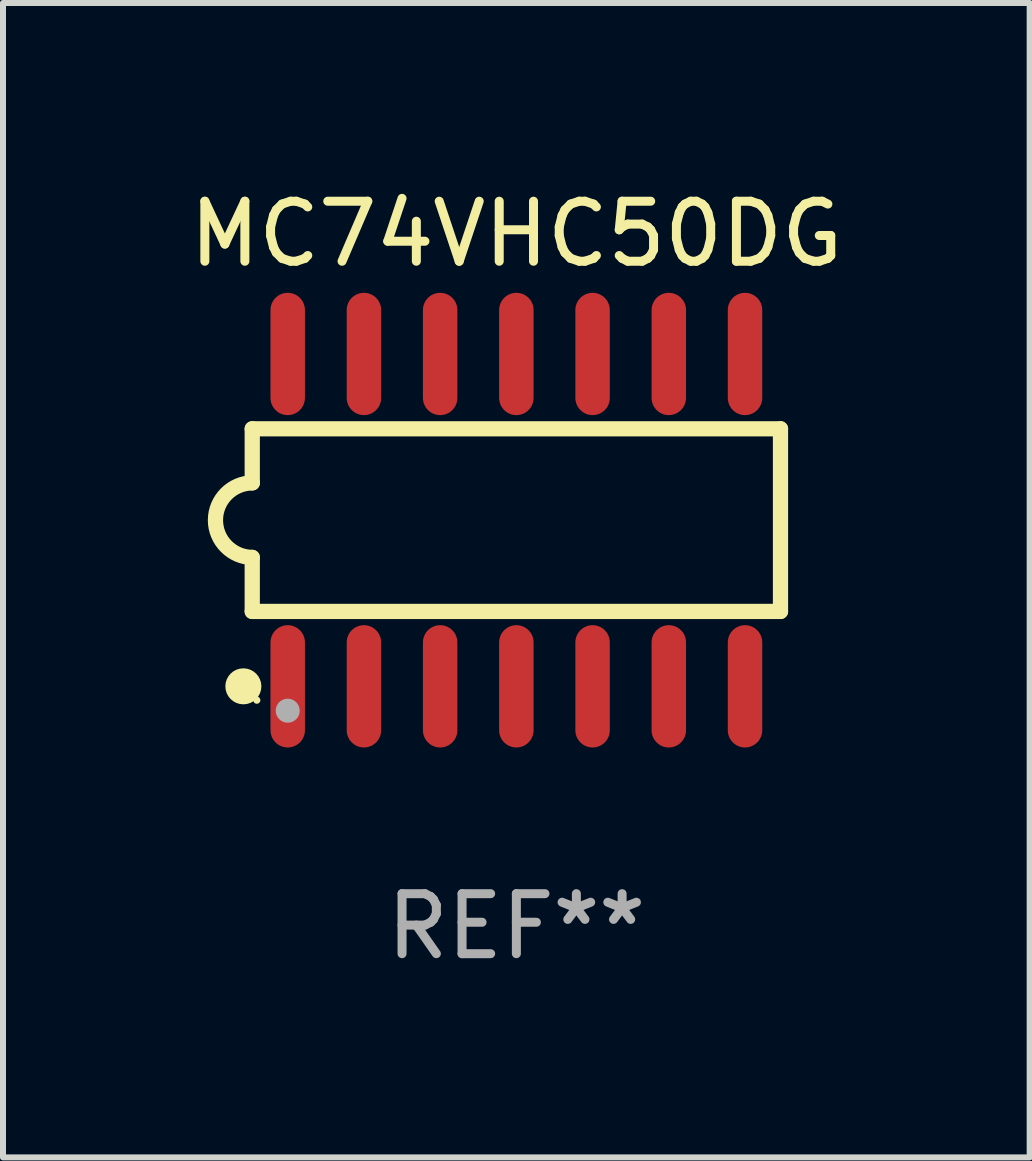
<source format=kicad_pcb>
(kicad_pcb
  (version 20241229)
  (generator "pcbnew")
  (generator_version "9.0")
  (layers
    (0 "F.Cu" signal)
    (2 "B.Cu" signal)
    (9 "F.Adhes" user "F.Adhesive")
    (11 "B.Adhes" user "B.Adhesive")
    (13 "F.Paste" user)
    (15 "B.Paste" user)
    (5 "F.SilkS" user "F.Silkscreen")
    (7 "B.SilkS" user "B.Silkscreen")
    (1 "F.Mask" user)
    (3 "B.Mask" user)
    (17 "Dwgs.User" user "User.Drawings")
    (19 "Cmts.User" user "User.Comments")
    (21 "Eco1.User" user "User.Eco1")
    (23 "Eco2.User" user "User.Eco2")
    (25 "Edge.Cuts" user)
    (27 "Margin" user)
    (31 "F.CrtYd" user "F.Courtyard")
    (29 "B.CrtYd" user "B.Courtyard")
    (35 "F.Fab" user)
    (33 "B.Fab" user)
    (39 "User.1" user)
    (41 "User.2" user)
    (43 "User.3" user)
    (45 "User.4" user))
  (footprint "MC74VHC50DG"
    (layer "F.Cu")
    (at 5.554 5.617)
    (property "Reference" "MC74VHC50DG" (at 0 -4.769 0) (layer "F.SilkS") (effects (font (size 1 1) (thickness 0.15))))
    (attr through_hole)
    (fp_line (start -4.401 -1.522) (end -4.401 -0.622) (stroke (width 0.254) (type solid)) (layer "F.SilkS"))
    (fp_line (start -4.401 -1.522) (end 4.401 -1.522) (stroke (width 0.254) (type solid)) (layer "F.SilkS"))
    (fp_line (start -4.401 1.521) (end -4.401 0.621) (stroke (width 0.254) (type solid)) (layer "F.SilkS"))
    (fp_line (start 4.401 -1.522) (end 4.401 1.521) (stroke (width 0.254) (type solid)) (layer "F.SilkS"))
    (fp_line (start 4.401 1.521) (end -4.401 1.521) (stroke (width 0.254) (type solid)) (layer "F.SilkS"))
    (fp_arc (start -4.401219 0.621311) (mid -5.021261 -0.000419) (end -4.400101 -0.621032) (stroke (width 0.254001) (type solid)) (layer "F.SilkS"))
    (fp_circle (center -4.549 2.769) (end -4.399 2.769) (stroke (width 0.3) (type solid)) (fill no) (layer "F.SilkS"))
    (fp_circle (center -4.325 3) (end -4.295 3) (stroke (width 0.06) (type solid)) (fill no) (layer "F.SilkS"))
    (fp_circle (center -3.81 3.175) (end -3.71 3.175) (stroke (width 0.2) (type solid)) (fill no) (layer "F.Fab"))
    (fp_text user "REF**" (at 0 6.769 0) (layer "F.Fab") (effects (font (size 1 1) (thickness 0.15))))
    (pad "1" smd oval (at -3.81 2.769) (size 0.574 2.038) (layers "F.Cu" "F.Mask" "F.Paste"))
    (pad "2" smd oval (at -2.54 2.769) (size 0.574 2.038) (layers "F.Cu" "F.Mask" "F.Paste"))
    (pad "3" smd oval (at -1.27 2.769) (size 0.574 2.038) (layers "F.Cu" "F.Mask" "F.Paste"))
    (pad "4" smd oval (at -0.000051 2.769) (size 0.574 2.038) (layers "F.Cu" "F.Mask" "F.Paste"))
    (pad "5" smd oval (at 1.27 2.769) (size 0.574 2.038) (layers "F.Cu" "F.Mask" "F.Paste"))
    (pad "6" smd oval (at 2.54 2.769) (size 0.574 2.038) (layers "F.Cu" "F.Mask" "F.Paste"))
    (pad "7" smd oval (at 3.81 2.769) (size 0.574 2.038) (layers "F.Cu" "F.Mask" "F.Paste"))
    (pad "8" smd oval (at 3.81 -2.769) (size 0.574 2.038) (layers "F.Cu" "F.Mask" "F.Paste"))
    (pad "9" smd oval (at 2.54 -2.769) (size 0.574 2.038) (layers "F.Cu" "F.Mask" "F.Paste"))
    (pad "10" smd oval (at 1.27 -2.769) (size 0.574 2.038) (layers "F.Cu" "F.Mask" "F.Paste"))
    (pad "11" smd oval (at -0.000051 -2.769) (size 0.574 2.038) (layers "F.Cu" "F.Mask" "F.Paste"))
    (pad "12" smd oval (at -1.27 -2.769) (size 0.574 2.038) (layers "F.Cu" "F.Mask" "F.Paste"))
    (pad "13" smd oval (at -2.54 -2.769) (size 0.574 2.038) (layers "F.Cu" "F.Mask" "F.Paste"))
    (pad "14" smd oval (at -3.81 -2.769) (size 0.574 2.038) (layers "F.Cu" "F.Mask" "F.Paste")))
  (gr_rect
    (start -3 -3)
    (end 14.107 16.235)
    (stroke (width 0.1) (type default))
    (fill no)
    (layer "Edge.Cuts")))
</source>
